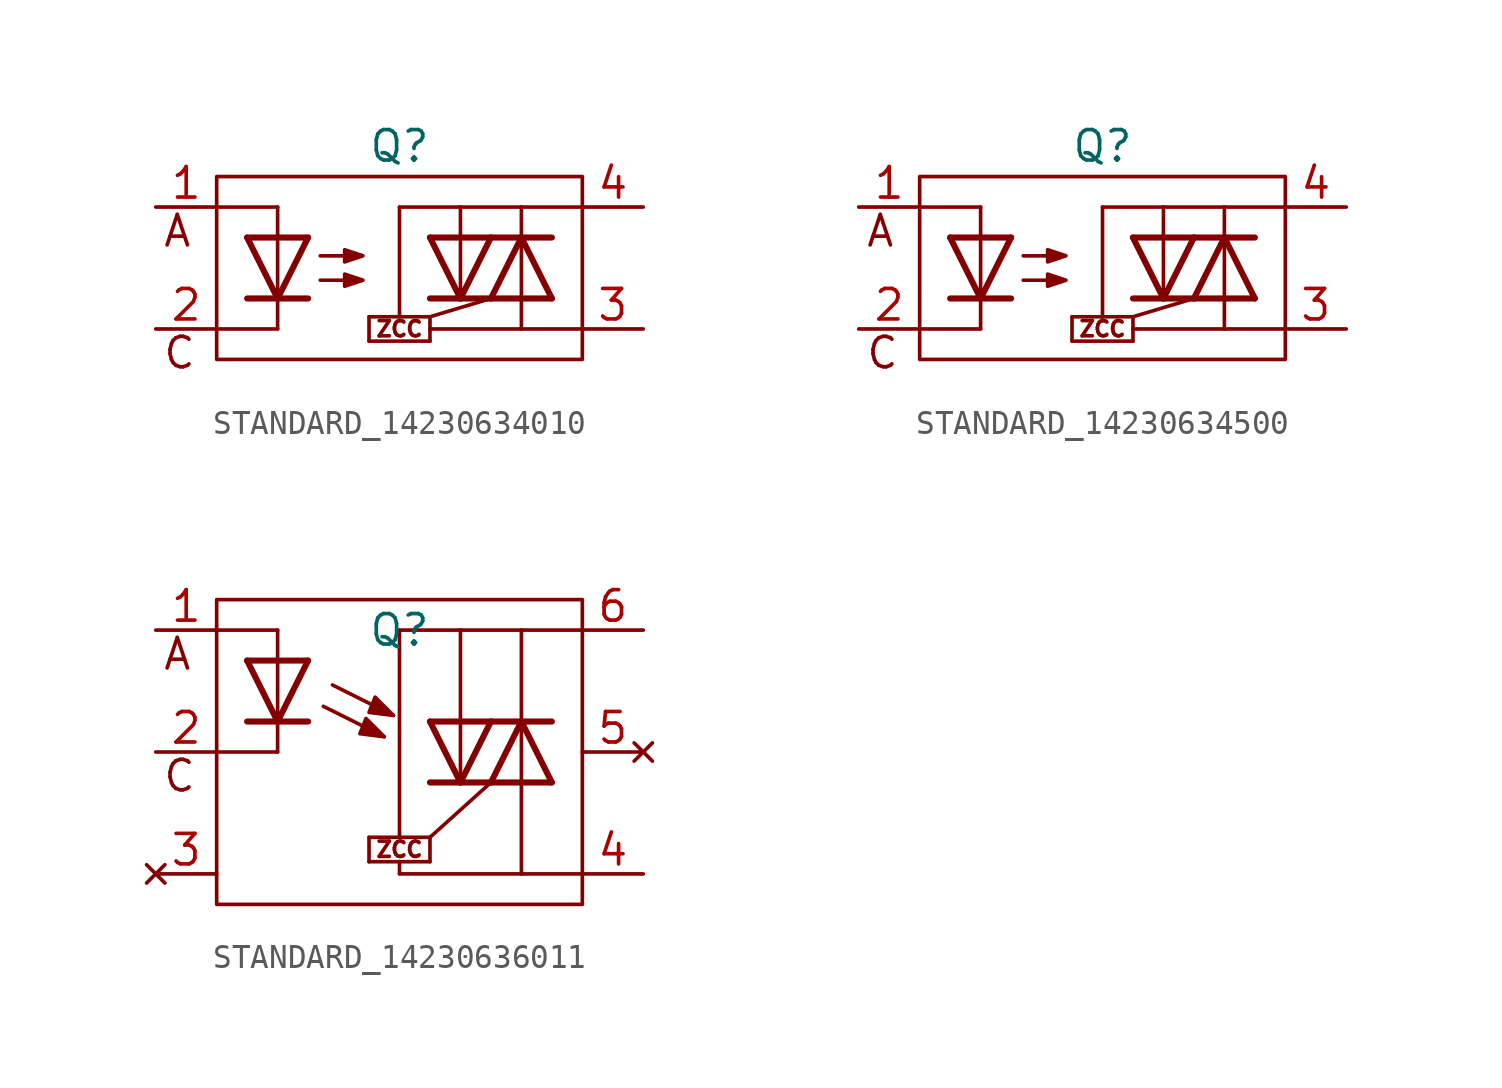
<source format=kicad_sym>
(kicad_symbol_lib
  (version 20220914)
  (generator kicad_symbol_editor)
  (symbol "STANDARD_14230634010"
    (pin_names hide)
    (property "Reference" "Q"
      (at 0 5.08 0)
      (effects (font (size 1.27 1.27))))
    (symbol "STANDARD_14230634010_0_0"
      (polyline (pts (xy -5.08 -2.54) (xy -7.62 -2.54)) (stroke (width 0.152) (type default)) (fill (type none)))
      (polyline (pts (xy -5.08 -1.27) (xy -6.35 -1.27)) (stroke (width 0.254) (type default)) (fill (type none)))
      (polyline (pts (xy -5.08 -1.27) (xy -6.35 1.27)) (stroke (width 0.254) (type default)) (fill (type none)))
      (polyline (pts (xy -5.08 -1.27) (xy -5.08 -2.54)) (stroke (width 0.152) (type default)) (fill (type none)))
      (polyline (pts (xy -5.08 1.27) (xy -6.35 1.27)) (stroke (width 0.254) (type default)) (fill (type none)))
      (polyline (pts (xy -5.08 1.27) (xy -5.08 -1.27)) (stroke (width 0.152) (type default)) (fill (type none)))
      (polyline (pts (xy -5.08 1.27) (xy -5.08 2.54)) (stroke (width 0.152) (type default)) (fill (type none)))
      (polyline (pts (xy -3.81 -1.27) (xy -5.08 -1.27)) (stroke (width 0.254) (type default)) (fill (type none)))
      (polyline (pts (xy -3.81 1.27) (xy -5.08 -1.27)) (stroke (width 0.254) (type default)) (fill (type none)))
      (polyline (pts (xy -3.81 1.27) (xy -5.08 1.27)) (stroke (width 0.254) (type default)) (fill (type none)))
      (polyline (pts (xy -3.302 -0.508) (xy -2.032 -0.508)) (stroke (width 0.152) (type default)) (fill (type none)))
      (polyline (pts (xy -3.302 0.508) (xy -2.032 0.508)) (stroke (width 0.152) (type default)) (fill (type none)))
      (polyline (pts (xy -1.27 -3.048) (xy -1.27 -2.032)) (stroke (width 0.152) (type default)) (fill (type none)))
      (polyline (pts (xy -1.27 -2.032) (xy 0 -2.032)) (stroke (width 0.152) (type default)) (fill (type none)))
      (polyline (pts (xy 0 -2.032) (xy 1.27 -2.032)) (stroke (width 0.152) (type default)) (fill (type none)))
      (polyline (pts (xy 0 2.54) (xy 0 -2.032)) (stroke (width 0.152) (type default)) (fill (type none)))
      (polyline (pts (xy 1.27 -3.048) (xy -1.27 -3.048)) (stroke (width 0.152) (type default)) (fill (type none)))
      (polyline (pts (xy 1.27 -2.54) (xy 1.27 -3.048)) (stroke (width 0.152) (type default)) (fill (type none)))
      (polyline (pts (xy 1.27 -2.54) (xy 5.08 -2.54)) (stroke (width 0.152) (type default)) (fill (type none)))
      (polyline (pts (xy 1.27 -2.032) (xy 1.27 -2.54)) (stroke (width 0.152) (type default)) (fill (type none)))
      (polyline (pts (xy 2.54 -1.27) (xy 1.27 -1.27)) (stroke (width 0.254) (type default)) (fill (type none)))
      (polyline (pts (xy 2.54 -1.27) (xy 1.27 1.27)) (stroke (width 0.254) (type default)) (fill (type none)))
      (polyline (pts (xy 2.54 1.27) (xy 1.27 1.27)) (stroke (width 0.254) (type default)) (fill (type none)))
      (polyline (pts (xy 2.54 1.27) (xy 2.54 -1.27)) (stroke (width 0.152) (type default)) (fill (type none)))
      (polyline (pts (xy 2.54 1.27) (xy 2.54 2.54)) (stroke (width 0.152) (type default)) (fill (type none)))
      (polyline (pts (xy 2.54 2.54) (xy 0 2.54)) (stroke (width 0.152) (type default)) (fill (type none)))
      (polyline (pts (xy 3.81 -1.27) (xy 1.27 -2.032)) (stroke (width 0.152) (type default)) (fill (type none)))
      (polyline (pts (xy 3.81 -1.27) (xy 2.54 -1.27)) (stroke (width 0.254) (type default)) (fill (type none)))
      (polyline (pts (xy 3.81 -1.27) (xy 5.08 -1.27)) (stroke (width 0.254) (type default)) (fill (type none)))
      (polyline (pts (xy 3.81 -1.27) (xy 5.08 1.27)) (stroke (width 0.254) (type default)) (fill (type none)))
      (polyline (pts (xy 3.81 1.27) (xy 2.54 -1.27)) (stroke (width 0.254) (type default)) (fill (type none)))
      (polyline (pts (xy 3.81 1.27) (xy 2.54 1.27)) (stroke (width 0.254) (type default)) (fill (type none)))
      (polyline (pts (xy 3.81 1.27) (xy 5.08 1.27)) (stroke (width 0.254) (type default)) (fill (type none)))
      (polyline (pts (xy 5.08 -1.27) (xy 5.08 -2.54)) (stroke (width 0.152) (type default)) (fill (type none)))
      (polyline (pts (xy 5.08 -1.27) (xy 5.08 1.27)) (stroke (width 0.152) (type default)) (fill (type none)))
      (polyline (pts (xy 5.08 -1.27) (xy 6.35 -1.27)) (stroke (width 0.254) (type default)) (fill (type none)))
      (polyline (pts (xy 5.08 1.27) (xy 5.08 2.54)) (stroke (width 0.152) (type default)) (fill (type none)))
      (polyline (pts (xy 5.08 1.27) (xy 6.35 -1.27)) (stroke (width 0.254) (type default)) (fill (type none)))
      (polyline (pts (xy 5.08 1.27) (xy 6.35 1.27)) (stroke (width 0.254) (type default)) (fill (type none)))
      (polyline (pts (xy 5.08 2.54) (xy 2.54 2.54)) (stroke (width 0.152) (type default)) (fill (type none)))
      (polyline (pts (xy 7.62 -2.54) (xy 5.08 -2.54)) (stroke (width 0.152) (type default)) (fill (type none)))
      (polyline (pts (xy 7.62 2.54) (xy 5.08 2.54)) (stroke (width 0.152) (type default)) (fill (type none)))
      (polyline (pts (xy -2.286 -0.254) (xy -1.524 -0.508) (xy -2.286 -0.762) (xy -2.286 -0.254)) (stroke (width 0.152) (type default)) (fill (type outline)))
      (polyline (pts (xy -2.286 0.762) (xy -1.524 0.508) (xy -2.286 0.254) (xy -2.286 0.762)) (stroke (width 0.152) (type default)) (fill (type outline)))
      (text "A" (at -9.906 2.286 0) (effects (font (size 1.27 1.27)) (justify left top)))
      (text "C" (at -9.906 -2.794 0) (effects (font (size 1.27 1.27)) (justify left top))))
    (symbol "STANDARD_14230634010_0_1"
      (rectangle (start -7.62 3.81) (end 7.62 -3.81) (stroke (width 0) (type default)) (fill (type none))))
    (symbol "STANDARD_14230634010_1_0"
      (polyline (pts (xy -5.08 2.54) (xy -7.62 2.54)) (stroke (width 0.152) (type default)) (fill (type none)))
      (text "ZCC" (at 0 -2.54 0) (effects (font (size 0.635 0.635))))
      (pin passive line (at -10.16 2.54 0) (length 2.54) (name "Anode" (effects (font (size 1.27 1.27)))) (number "1" (effects (font (size 1.27 1.27)))))
      (pin passive line (at -10.16 -2.54 0) (length 2.54) (name "Cathode" (effects (font (size 1.27 1.27)))) (number "2" (effects (font (size 1.27 1.27)))))
      (pin passive line (at 10.16 -2.54 180) (length 2.54) (name "Teminal" (effects (font (size 1.27 1.27)))) (number "3" (effects (font (size 1.27 1.27)))))
      (pin passive line (at 10.16 2.54 180) (length 2.54) (name "Teminal" (effects (font (size 1.27 1.27)))) (number "4" (effects (font (size 1.27 1.27)))))))
  (symbol "STANDARD_14230634500"
    (pin_names hide)
    (property "Reference" "Q"
      (at 0 5.08 0)
      (effects (font (size 1.27 1.27))))
    (symbol "STANDARD_14230634500_0_0"
      (polyline (pts (xy -5.08 -2.54) (xy -7.62 -2.54)) (stroke (width 0.152) (type default)) (fill (type none)))
      (polyline (pts (xy -5.08 -1.27) (xy -6.35 -1.27)) (stroke (width 0.254) (type default)) (fill (type none)))
      (polyline (pts (xy -5.08 -1.27) (xy -6.35 1.27)) (stroke (width 0.254) (type default)) (fill (type none)))
      (polyline (pts (xy -5.08 -1.27) (xy -5.08 -2.54)) (stroke (width 0.152) (type default)) (fill (type none)))
      (polyline (pts (xy -5.08 1.27) (xy -6.35 1.27)) (stroke (width 0.254) (type default)) (fill (type none)))
      (polyline (pts (xy -5.08 1.27) (xy -5.08 -1.27)) (stroke (width 0.152) (type default)) (fill (type none)))
      (polyline (pts (xy -5.08 1.27) (xy -5.08 2.54)) (stroke (width 0.152) (type default)) (fill (type none)))
      (polyline (pts (xy -3.81 -1.27) (xy -5.08 -1.27)) (stroke (width 0.254) (type default)) (fill (type none)))
      (polyline (pts (xy -3.81 1.27) (xy -5.08 -1.27)) (stroke (width 0.254) (type default)) (fill (type none)))
      (polyline (pts (xy -3.81 1.27) (xy -5.08 1.27)) (stroke (width 0.254) (type default)) (fill (type none)))
      (polyline (pts (xy -3.302 -0.508) (xy -2.032 -0.508)) (stroke (width 0.152) (type default)) (fill (type none)))
      (polyline (pts (xy -3.302 0.508) (xy -2.032 0.508)) (stroke (width 0.152) (type default)) (fill (type none)))
      (polyline (pts (xy -1.27 -3.048) (xy -1.27 -2.032)) (stroke (width 0.152) (type default)) (fill (type none)))
      (polyline (pts (xy -1.27 -2.032) (xy 0 -2.032)) (stroke (width 0.152) (type default)) (fill (type none)))
      (polyline (pts (xy 0 -2.032) (xy 1.27 -2.032)) (stroke (width 0.152) (type default)) (fill (type none)))
      (polyline (pts (xy 0 2.54) (xy 0 -2.032)) (stroke (width 0.152) (type default)) (fill (type none)))
      (polyline (pts (xy 1.27 -3.048) (xy -1.27 -3.048)) (stroke (width 0.152) (type default)) (fill (type none)))
      (polyline (pts (xy 1.27 -2.54) (xy 1.27 -3.048)) (stroke (width 0.152) (type default)) (fill (type none)))
      (polyline (pts (xy 1.27 -2.54) (xy 5.08 -2.54)) (stroke (width 0.152) (type default)) (fill (type none)))
      (polyline (pts (xy 1.27 -2.032) (xy 1.27 -2.54)) (stroke (width 0.152) (type default)) (fill (type none)))
      (polyline (pts (xy 2.54 -1.27) (xy 1.27 -1.27)) (stroke (width 0.254) (type default)) (fill (type none)))
      (polyline (pts (xy 2.54 -1.27) (xy 1.27 1.27)) (stroke (width 0.254) (type default)) (fill (type none)))
      (polyline (pts (xy 2.54 1.27) (xy 1.27 1.27)) (stroke (width 0.254) (type default)) (fill (type none)))
      (polyline (pts (xy 2.54 1.27) (xy 2.54 -1.27)) (stroke (width 0.152) (type default)) (fill (type none)))
      (polyline (pts (xy 2.54 1.27) (xy 2.54 2.54)) (stroke (width 0.152) (type default)) (fill (type none)))
      (polyline (pts (xy 2.54 2.54) (xy 0 2.54)) (stroke (width 0.152) (type default)) (fill (type none)))
      (polyline (pts (xy 3.81 -1.27) (xy 1.27 -2.032)) (stroke (width 0.152) (type default)) (fill (type none)))
      (polyline (pts (xy 3.81 -1.27) (xy 2.54 -1.27)) (stroke (width 0.254) (type default)) (fill (type none)))
      (polyline (pts (xy 3.81 -1.27) (xy 5.08 -1.27)) (stroke (width 0.254) (type default)) (fill (type none)))
      (polyline (pts (xy 3.81 -1.27) (xy 5.08 1.27)) (stroke (width 0.254) (type default)) (fill (type none)))
      (polyline (pts (xy 3.81 1.27) (xy 2.54 -1.27)) (stroke (width 0.254) (type default)) (fill (type none)))
      (polyline (pts (xy 3.81 1.27) (xy 2.54 1.27)) (stroke (width 0.254) (type default)) (fill (type none)))
      (polyline (pts (xy 3.81 1.27) (xy 5.08 1.27)) (stroke (width 0.254) (type default)) (fill (type none)))
      (polyline (pts (xy 5.08 -1.27) (xy 5.08 -2.54)) (stroke (width 0.152) (type default)) (fill (type none)))
      (polyline (pts (xy 5.08 -1.27) (xy 5.08 1.27)) (stroke (width 0.152) (type default)) (fill (type none)))
      (polyline (pts (xy 5.08 -1.27) (xy 6.35 -1.27)) (stroke (width 0.254) (type default)) (fill (type none)))
      (polyline (pts (xy 5.08 1.27) (xy 5.08 2.54)) (stroke (width 0.152) (type default)) (fill (type none)))
      (polyline (pts (xy 5.08 1.27) (xy 6.35 -1.27)) (stroke (width 0.254) (type default)) (fill (type none)))
      (polyline (pts (xy 5.08 1.27) (xy 6.35 1.27)) (stroke (width 0.254) (type default)) (fill (type none)))
      (polyline (pts (xy 5.08 2.54) (xy 2.54 2.54)) (stroke (width 0.152) (type default)) (fill (type none)))
      (polyline (pts (xy 7.62 -2.54) (xy 5.08 -2.54)) (stroke (width 0.152) (type default)) (fill (type none)))
      (polyline (pts (xy 7.62 2.54) (xy 5.08 2.54)) (stroke (width 0.152) (type default)) (fill (type none)))
      (polyline (pts (xy -2.286 -0.254) (xy -1.524 -0.508) (xy -2.286 -0.762) (xy -2.286 -0.254)) (stroke (width 0.152) (type default)) (fill (type outline)))
      (polyline (pts (xy -2.286 0.762) (xy -1.524 0.508) (xy -2.286 0.254) (xy -2.286 0.762)) (stroke (width 0.152) (type default)) (fill (type outline)))
      (text "A" (at -9.906 2.286 0) (effects (font (size 1.27 1.27)) (justify left top)))
      (text "C" (at -9.906 -2.794 0) (effects (font (size 1.27 1.27)) (justify left top))))
    (symbol "STANDARD_14230634500_0_1"
      (rectangle (start -7.62 3.81) (end 7.62 -3.81) (stroke (width 0) (type default)) (fill (type none))))
    (symbol "STANDARD_14230634500_1_0"
      (polyline (pts (xy -5.08 2.54) (xy -7.62 2.54)) (stroke (width 0.152) (type default)) (fill (type none)))
      (text "ZCC" (at 0 -2.54 0) (effects (font (size 0.635 0.635))))
      (pin passive line (at -10.16 2.54 0) (length 2.54) (name "Anode" (effects (font (size 1.27 1.27)))) (number "1" (effects (font (size 1.27 1.27)))))
      (pin passive line (at -10.16 -2.54 0) (length 2.54) (name "Cathode" (effects (font (size 1.27 1.27)))) (number "2" (effects (font (size 1.27 1.27)))))
      (pin passive line (at 10.16 -2.54 180) (length 2.54) (name "Teminal" (effects (font (size 1.27 1.27)))) (number "3" (effects (font (size 1.27 1.27)))))
      (pin passive line (at 10.16 2.54 180) (length 2.54) (name "Teminal" (effects (font (size 1.27 1.27)))) (number "4" (effects (font (size 1.27 1.27)))))))
  (symbol "STANDARD_14230636011"
    (pin_names hide)
    (property "Reference" "Q"
      (at 0 5.08 0)
      (effects (font (size 1.27 1.27))))
    (symbol "STANDARD_14230636011_0_0"
      (rectangle (start -7.62 6.35) (end 7.62 -6.35) (stroke (width 0) (type default)) (fill (type none)))
      (polyline (pts (xy -5.08 0) (xy -7.62 0)) (stroke (width 0.152) (type default)) (fill (type none)))
      (polyline (pts (xy -5.08 1.27) (xy -6.35 1.27)) (stroke (width 0.254) (type default)) (fill (type none)))
      (polyline (pts (xy -5.08 1.27) (xy -6.35 3.81)) (stroke (width 0.254) (type default)) (fill (type none)))
      (polyline (pts (xy -5.08 1.27) (xy -5.08 0)) (stroke (width 0.152) (type default)) (fill (type none)))
      (polyline (pts (xy -5.08 3.81) (xy -6.35 3.81)) (stroke (width 0.254) (type default)) (fill (type none)))
      (polyline (pts (xy -5.08 3.81) (xy -5.08 1.27)) (stroke (width 0.152) (type default)) (fill (type none)))
      (polyline (pts (xy -5.08 3.81) (xy -5.08 5.08)) (stroke (width 0.152) (type default)) (fill (type none)))
      (polyline (pts (xy -5.08 5.08) (xy -7.62 5.08)) (stroke (width 0.152) (type default)) (fill (type none)))
      (polyline (pts (xy -3.81 1.27) (xy -5.08 1.27)) (stroke (width 0.254) (type default)) (fill (type none)))
      (polyline (pts (xy -3.81 3.81) (xy -5.08 1.27)) (stroke (width 0.254) (type default)) (fill (type none)))
      (polyline (pts (xy -3.81 3.81) (xy -5.08 3.81)) (stroke (width 0.254) (type default)) (fill (type none)))
      (polyline (pts (xy -3.175 1.905) (xy -0.635 0.635)) (stroke (width 0.152) (type default)) (fill (type none)))
      (polyline (pts (xy -2.794 2.794) (xy -0.254 1.524)) (stroke (width 0.152) (type default)) (fill (type none)))
      (polyline (pts (xy -1.27 -4.572) (xy -1.27 -3.556)) (stroke (width 0.152) (type default)) (fill (type none)))
      (polyline (pts (xy -1.27 -3.556) (xy 0 -3.556)) (stroke (width 0.152) (type default)) (fill (type none)))
      (polyline (pts (xy 0 -5.08) (xy 5.08 -5.08)) (stroke (width 0.152) (type default)) (fill (type none)))
      (polyline (pts (xy 0 -4.572) (xy -1.27 -4.572)) (stroke (width 0.152) (type default)) (fill (type none)))
      (polyline (pts (xy 0 -4.572) (xy 0 -5.08)) (stroke (width 0.152) (type default)) (fill (type none)))
      (polyline (pts (xy 0 -3.556) (xy 1.27 -3.556)) (stroke (width 0.152) (type default)) (fill (type none)))
      (polyline (pts (xy 0 5.08) (xy 0 -3.556)) (stroke (width 0.152) (type default)) (fill (type none)))
      (polyline (pts (xy 1.27 -4.572) (xy 0 -4.572)) (stroke (width 0.152) (type default)) (fill (type none)))
      (polyline (pts (xy 1.27 -3.556) (xy 1.27 -4.572)) (stroke (width 0.152) (type default)) (fill (type none)))
      (polyline (pts (xy 1.27 -3.556) (xy 3.81 -1.27)) (stroke (width 0.152) (type default)) (fill (type none)))
      (polyline (pts (xy 2.54 -1.27) (xy 1.27 -1.27)) (stroke (width 0.254) (type default)) (fill (type none)))
      (polyline (pts (xy 2.54 -1.27) (xy 1.27 1.27)) (stroke (width 0.254) (type default)) (fill (type none)))
      (polyline (pts (xy 2.54 1.27) (xy 1.27 1.27)) (stroke (width 0.254) (type default)) (fill (type none)))
      (polyline (pts (xy 2.54 1.27) (xy 2.54 -1.27)) (stroke (width 0.152) (type default)) (fill (type none)))
      (polyline (pts (xy 2.54 1.27) (xy 2.54 5.08)) (stroke (width 0.152) (type default)) (fill (type none)))
      (polyline (pts (xy 2.54 5.08) (xy 0 5.08)) (stroke (width 0.152) (type default)) (fill (type none)))
      (polyline (pts (xy 3.81 -1.27) (xy 2.54 -1.27)) (stroke (width 0.254) (type default)) (fill (type none)))
      (polyline (pts (xy 3.81 -1.27) (xy 5.08 -1.27)) (stroke (width 0.254) (type default)) (fill (type none)))
      (polyline (pts (xy 3.81 -1.27) (xy 5.08 1.27)) (stroke (width 0.254) (type default)) (fill (type none)))
      (polyline (pts (xy 3.81 1.27) (xy 2.54 -1.27)) (stroke (width 0.254) (type default)) (fill (type none)))
      (polyline (pts (xy 3.81 1.27) (xy 2.54 1.27)) (stroke (width 0.254) (type default)) (fill (type none)))
      (polyline (pts (xy 3.81 1.27) (xy 5.08 1.27)) (stroke (width 0.254) (type default)) (fill (type none)))
      (polyline (pts (xy 5.08 -1.27) (xy 5.08 -5.08)) (stroke (width 0.152) (type default)) (fill (type none)))
      (polyline (pts (xy 5.08 -1.27) (xy 5.08 1.27)) (stroke (width 0.152) (type default)) (fill (type none)))
      (polyline (pts (xy 5.08 -1.27) (xy 6.35 -1.27)) (stroke (width 0.254) (type default)) (fill (type none)))
      (polyline (pts (xy 5.08 1.27) (xy 5.08 5.08)) (stroke (width 0.152) (type default)) (fill (type none)))
      (polyline (pts (xy 5.08 1.27) (xy 6.35 -1.27)) (stroke (width 0.254) (type default)) (fill (type none)))
      (polyline (pts (xy 5.08 1.27) (xy 6.35 1.27)) (stroke (width 0.254) (type default)) (fill (type none)))
      (polyline (pts (xy 5.08 5.08) (xy 2.54 5.08)) (stroke (width 0.152) (type default)) (fill (type none)))
      (polyline (pts (xy 7.62 -5.08) (xy 5.08 -5.08)) (stroke (width 0.152) (type default)) (fill (type none)))
      (polyline (pts (xy 7.62 5.08) (xy 5.08 5.08)) (stroke (width 0.152) (type default)) (fill (type none)))
      (polyline (pts (xy -1.397 1.397) (xy -0.635 0.635) (xy -1.651 0.762) (xy -1.397 1.397)) (stroke (width 0.152) (type default)) (fill (type outline)))
      (polyline (pts (xy -1.016 2.286) (xy -0.254 1.524) (xy -1.27 1.651) (xy -1.016 2.286)) (stroke (width 0.152) (type default)) (fill (type outline)))
      (text "A" (at -9.906 4.826 0) (effects (font (size 1.27 1.27)) (justify left top)))
      (text "C" (at -9.906 -0.254 0) (effects (font (size 1.27 1.27)) (justify left top))))
    (symbol "STANDARD_14230636011_1_0"
      (text "ZCC" (at 0 -4.064 0) (effects (font (size 0.635 0.635))))
      (pin passive line (at -10.16 5.08 0) (length 2.54) (name "Anode" (effects (font (size 1.27 1.27)))) (number "1" (effects (font (size 1.27 1.27)))))
      (pin passive line (at -10.16 0 0) (length 2.54) (name "Cathode" (effects (font (size 1.27 1.27)))) (number "2" (effects (font (size 1.27 1.27)))))
      (pin no_connect line (at -10.16 -5.08 0) (length 2.54) (name "NC" (effects (font (size 1.27 1.27)))) (number "3" (effects (font (size 1.27 1.27)))))
      (pin passive line (at 10.16 -5.08 180) (length 2.54) (name "Teminal" (effects (font (size 1.27 1.27)))) (number "4" (effects (font (size 1.27 1.27)))))
      (pin no_connect line (at 10.16 0 180) (length 2.54) (name "NC" (effects (font (size 1.27 1.27)))) (number "5" (effects (font (size 1.27 1.27)))))
      (pin passive line (at 10.16 5.08 180) (length 2.54) (name "Teminal" (effects (font (size 1.27 1.27)))) (number "6" (effects (font (size 1.27 1.27))))))))
</source>
